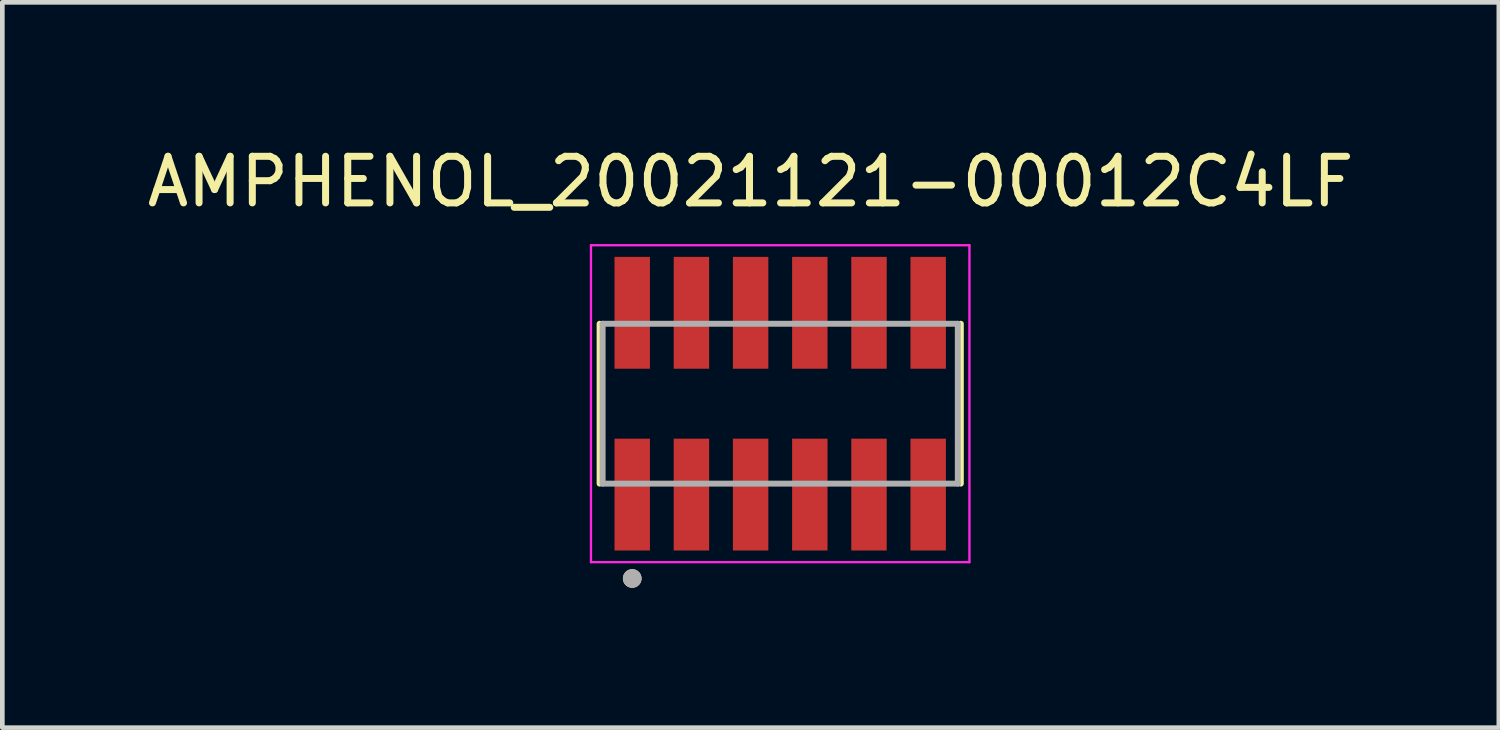
<source format=kicad_pcb>
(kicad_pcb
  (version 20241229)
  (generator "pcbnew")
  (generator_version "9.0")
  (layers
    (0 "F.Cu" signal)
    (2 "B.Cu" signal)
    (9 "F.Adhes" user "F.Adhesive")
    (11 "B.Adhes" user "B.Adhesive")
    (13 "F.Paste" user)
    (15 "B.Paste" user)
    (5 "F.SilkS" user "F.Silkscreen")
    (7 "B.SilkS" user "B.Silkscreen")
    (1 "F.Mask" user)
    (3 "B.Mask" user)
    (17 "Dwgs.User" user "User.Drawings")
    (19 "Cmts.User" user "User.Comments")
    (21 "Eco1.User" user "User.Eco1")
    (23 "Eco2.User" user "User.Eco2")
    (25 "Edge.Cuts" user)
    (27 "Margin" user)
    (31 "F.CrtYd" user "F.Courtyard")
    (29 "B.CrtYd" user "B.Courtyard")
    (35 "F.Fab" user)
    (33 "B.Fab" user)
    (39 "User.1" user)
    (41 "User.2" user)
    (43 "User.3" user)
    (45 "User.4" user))
  (footprint "AMPHENOL_20021121-00012C4LF"
    (layer "F.Cu")
    (at 13.689 5.611)
    (property "Reference" "AMPHENOL_20021121-00012C4LF" (at -0.635 -4.763 0) (layer "F.SilkS") (effects (font (size 1 1) (thickness 0.15))))
    (attr smd)
    (fp_line (start -3.875 1.715) (end -3.875 -1.715) (stroke (width 0.127) (type solid)) (layer "F.SilkS"))
    (fp_line (start 3.875 -1.715) (end 3.875 1.715) (stroke (width 0.127) (type solid)) (layer "F.SilkS"))
    (fp_circle (center -3.175 3.75) (end -3.075 3.75) (stroke (width 0.2) (type solid)) (fill no) (layer "F.SilkS"))
    (fp_line (start -4.06 -3.4) (end 4.06 -3.4) (stroke (width 0.05) (type solid)) (layer "F.CrtYd"))
    (fp_line (start -4.06 3.4) (end -4.06 -3.4) (stroke (width 0.05) (type solid)) (layer "F.CrtYd"))
    (fp_line (start 4.06 -3.4) (end 4.06 3.4) (stroke (width 0.05) (type solid)) (layer "F.CrtYd"))
    (fp_line (start 4.06 3.4) (end -4.06 3.4) (stroke (width 0.05) (type solid)) (layer "F.CrtYd"))
    (fp_line (start -3.81 -1.715) (end 3.81 -1.715) (stroke (width 0.127) (type solid)) (layer "F.Fab"))
    (fp_line (start -3.81 1.715) (end -3.81 -1.715) (stroke (width 0.127) (type solid)) (layer "F.Fab"))
    (fp_line (start -3.81 1.715) (end 3.81 1.715) (stroke (width 0.127) (type solid)) (layer "F.Fab"))
    (fp_line (start 3.81 -1.715) (end 3.81 1.715) (stroke (width 0.127) (type solid)) (layer "F.Fab"))
    (fp_circle (center -3.175 3.75) (end -3.075 3.75) (stroke (width 0.2) (type solid)) (fill no) (layer "F.Fab"))
    (pad "1" smd rect (at -3.175 1.95) (size 0.76 2.4) (layers "F.Cu" "F.Mask" "F.Paste"))
    (pad "2" smd rect (at -3.175 -1.95) (size 0.76 2.4) (layers "F.Cu" "F.Mask" "F.Paste"))
    (pad "3" smd rect (at -1.905 1.95) (size 0.76 2.4) (layers "F.Cu" "F.Mask" "F.Paste"))
    (pad "4" smd rect (at -1.905 -1.95) (size 0.76 2.4) (layers "F.Cu" "F.Mask" "F.Paste"))
    (pad "5" smd rect (at -0.635 1.95) (size 0.76 2.4) (layers "F.Cu" "F.Mask" "F.Paste"))
    (pad "6" smd rect (at -0.635 -1.95) (size 0.76 2.4) (layers "F.Cu" "F.Mask" "F.Paste"))
    (pad "7" smd rect (at 0.635 1.95) (size 0.76 2.4) (layers "F.Cu" "F.Mask" "F.Paste"))
    (pad "8" smd rect (at 0.635 -1.95) (size 0.76 2.4) (layers "F.Cu" "F.Mask" "F.Paste"))
    (pad "9" smd rect (at 1.905 1.95) (size 0.76 2.4) (layers "F.Cu" "F.Mask" "F.Paste"))
    (pad "10" smd rect (at 1.905 -1.95) (size 0.76 2.4) (layers "F.Cu" "F.Mask" "F.Paste"))
    (pad "11" smd rect (at 3.175 1.95) (size 0.76 2.4) (layers "F.Cu" "F.Mask" "F.Paste"))
    (pad "12" smd rect (at 3.175 -1.95) (size 0.76 2.4) (layers "F.Cu" "F.Mask" "F.Paste")))
  (gr_rect
    (start -3 -3)
    (end 29.107 12.561)
    (stroke (width 0.1) (type default))
    (fill no)
    (layer "Edge.Cuts")))
</source>
